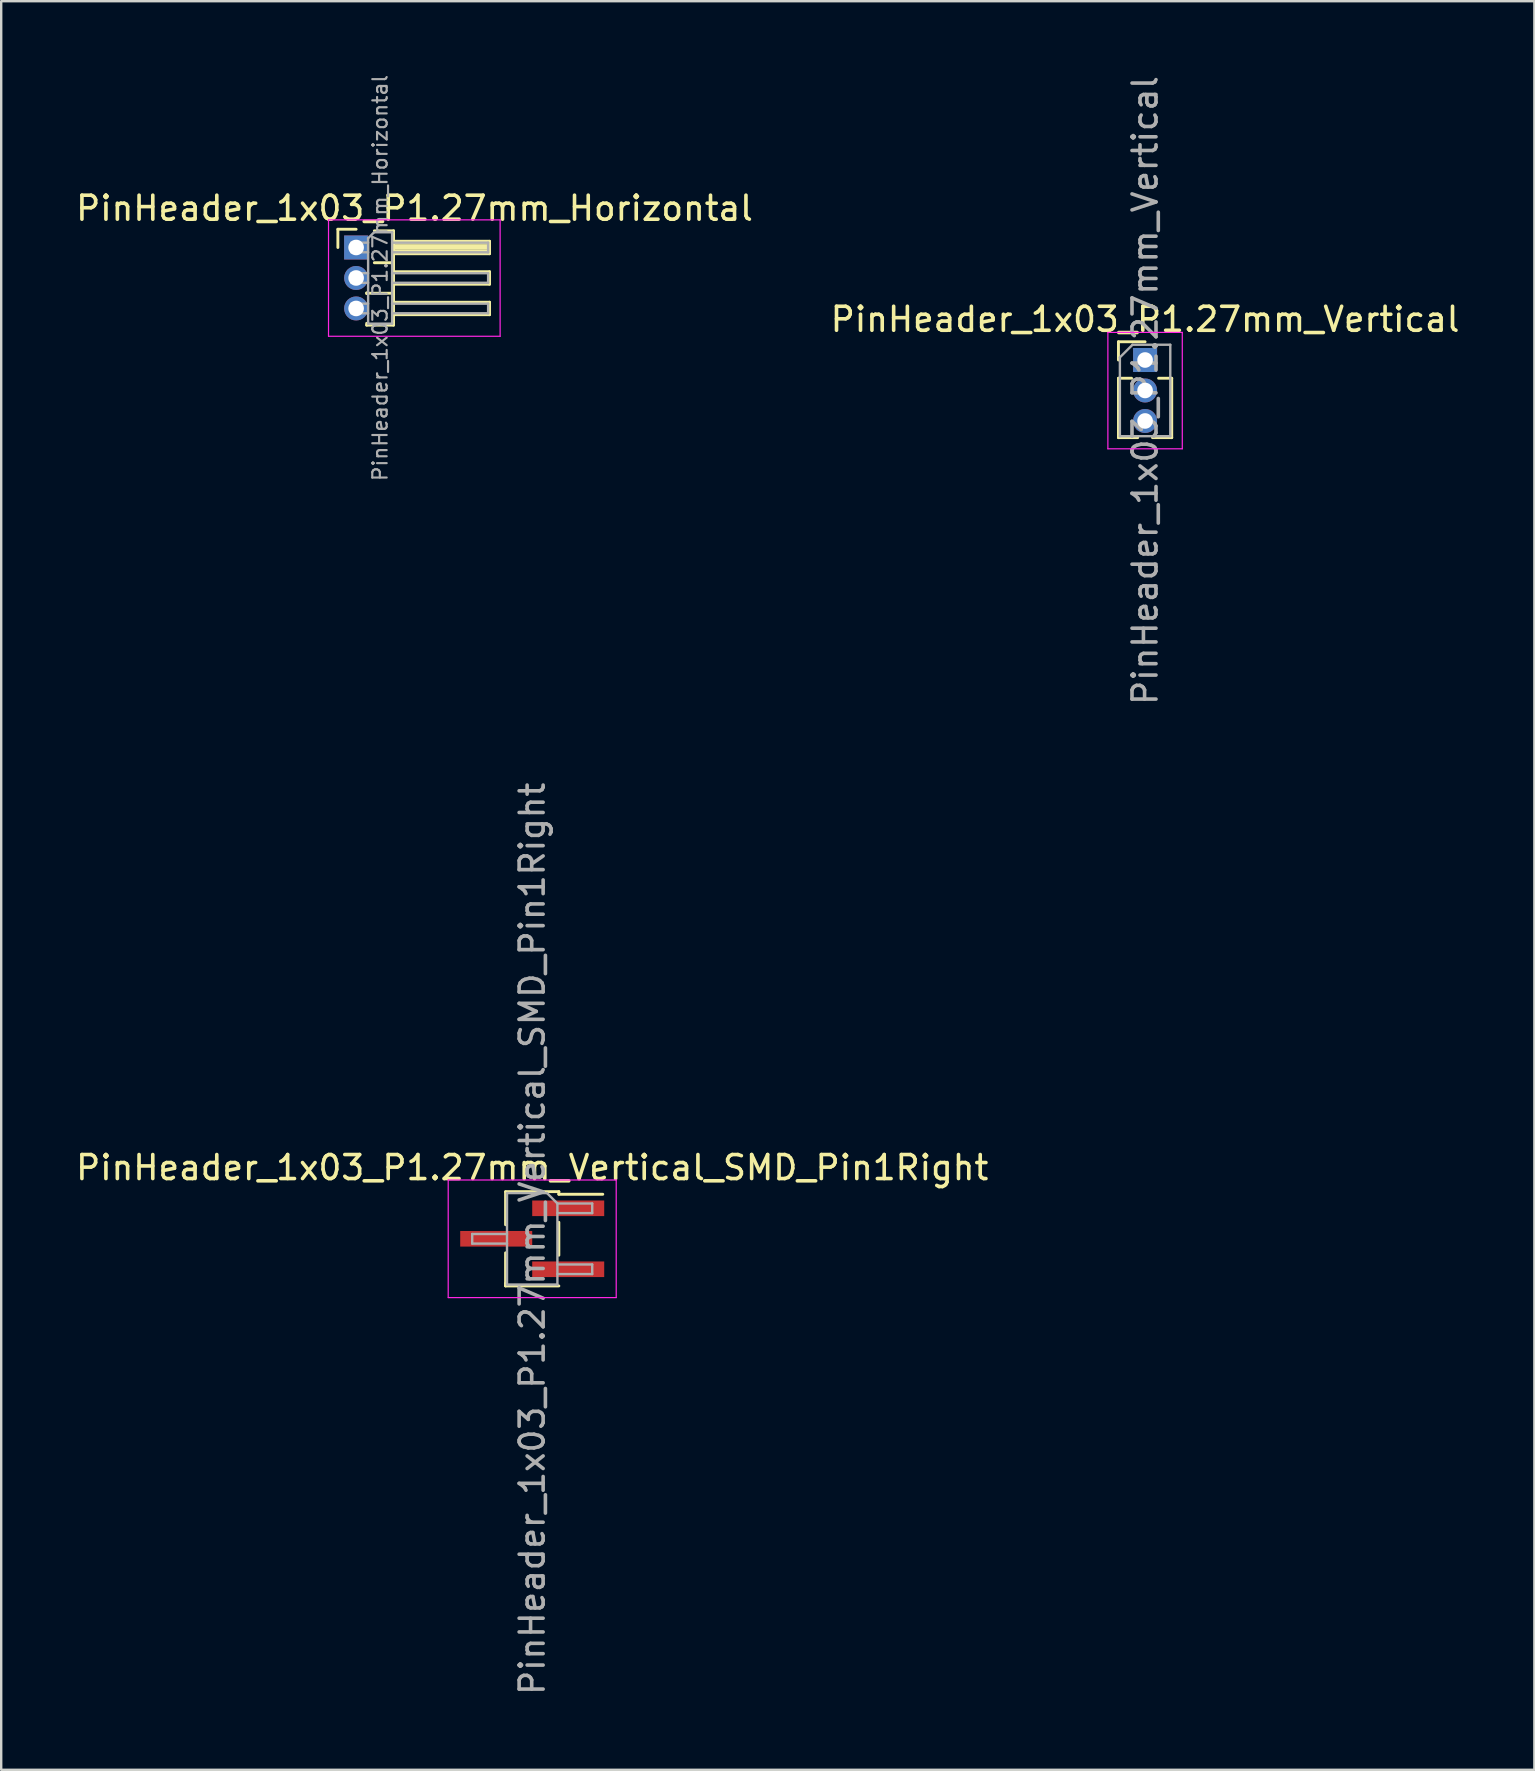
<source format=kicad_pcb>
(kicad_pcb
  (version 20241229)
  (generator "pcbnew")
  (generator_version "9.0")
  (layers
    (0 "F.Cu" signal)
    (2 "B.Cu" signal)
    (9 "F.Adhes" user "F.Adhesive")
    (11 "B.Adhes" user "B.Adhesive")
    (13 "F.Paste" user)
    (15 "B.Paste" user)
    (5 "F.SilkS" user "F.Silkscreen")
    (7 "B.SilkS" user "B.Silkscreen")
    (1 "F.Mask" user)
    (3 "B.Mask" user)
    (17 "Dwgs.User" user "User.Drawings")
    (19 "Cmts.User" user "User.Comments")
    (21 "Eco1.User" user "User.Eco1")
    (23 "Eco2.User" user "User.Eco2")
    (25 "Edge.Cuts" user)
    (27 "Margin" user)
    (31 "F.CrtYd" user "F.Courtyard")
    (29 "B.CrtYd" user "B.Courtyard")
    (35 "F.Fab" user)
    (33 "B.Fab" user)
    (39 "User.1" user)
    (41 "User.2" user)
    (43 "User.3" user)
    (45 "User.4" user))
  (footprint "PinHeader_1x03_P1.27mm_Vertical_SMD_Pin1Right"
    (layer "F.Cu")
    (at 19.125 48.565)
    (property "Reference" "PinHeader_1x03_P1.27mm_Vertical_SMD_Pin1Right" (at 0 -2.965 0) (layer "F.SilkS") (effects (font (size 1 1) (thickness 0.15))))
    (attr smd)
    (fp_line (start -1.11 -1.965) (end 1.11 -1.965) (stroke (width 0.12) (type solid)) (layer "F.SilkS"))
    (fp_line (start -1.11 -1.955) (end -1.11 -0.585) (stroke (width 0.12) (type solid)) (layer "F.SilkS"))
    (fp_line (start -1.11 0.585) (end -1.11 1.955) (stroke (width 0.12) (type solid)) (layer "F.SilkS"))
    (fp_line (start -1.11 1.855) (end -1.11 1.965) (stroke (width 0.12) (type solid)) (layer "F.SilkS"))
    (fp_line (start -1.11 1.965) (end 1.11 1.965) (stroke (width 0.12) (type solid)) (layer "F.SilkS"))
    (fp_line (start 1.11 -1.965) (end 1.11 -1.855) (stroke (width 0.12) (type solid)) (layer "F.SilkS"))
    (fp_line (start 1.11 -1.855) (end 2.94 -1.855) (stroke (width 0.12) (type solid)) (layer "F.SilkS"))
    (fp_line (start 1.11 -0.685) (end 1.11 0.685) (stroke (width 0.12) (type solid)) (layer "F.SilkS"))
    (fp_line (start -3.5 -2.45) (end -3.5 2.45) (stroke (width 0.05) (type solid)) (layer "F.CrtYd"))
    (fp_line (start -3.5 2.45) (end 3.5 2.45) (stroke (width 0.05) (type solid)) (layer "F.CrtYd"))
    (fp_line (start 3.5 -2.45) (end -3.5 -2.45) (stroke (width 0.05) (type solid)) (layer "F.CrtYd"))
    (fp_line (start 3.5 2.45) (end 3.5 -2.45) (stroke (width 0.05) (type solid)) (layer "F.CrtYd"))
    (fp_line (start -2.5 -0.2) (end -2.5 0.2) (stroke (width 0.1) (type solid)) (layer "F.Fab"))
    (fp_line (start -2.5 0.2) (end -1.05 0.2) (stroke (width 0.1) (type solid)) (layer "F.Fab"))
    (fp_line (start -1.05 -1.905) (end -1.05 1.905) (stroke (width 0.1) (type solid)) (layer "F.Fab"))
    (fp_line (start -1.05 -1.905) (end 0.615 -1.905) (stroke (width 0.1) (type solid)) (layer "F.Fab"))
    (fp_line (start -1.05 -0.2) (end -2.5 -0.2) (stroke (width 0.1) (type solid)) (layer "F.Fab"))
    (fp_line (start 1.05 -1.47) (end 0.615 -1.905) (stroke (width 0.1) (type solid)) (layer "F.Fab"))
    (fp_line (start 1.05 -1.47) (end 2.5 -1.47) (stroke (width 0.1) (type solid)) (layer "F.Fab"))
    (fp_line (start 1.05 1.07) (end 2.5 1.07) (stroke (width 0.1) (type solid)) (layer "F.Fab"))
    (fp_line (start 1.05 1.905) (end -1.05 1.905) (stroke (width 0.1) (type solid)) (layer "F.Fab"))
    (fp_line (start 1.05 1.905) (end 1.05 -1.47) (stroke (width 0.1) (type solid)) (layer "F.Fab"))
    (fp_line (start 2.5 -1.47) (end 2.5 -1.07) (stroke (width 0.1) (type solid)) (layer "F.Fab"))
    (fp_line (start 2.5 -1.07) (end 1.05 -1.07) (stroke (width 0.1) (type solid)) (layer "F.Fab"))
    (fp_line (start 2.5 1.07) (end 2.5 1.47) (stroke (width 0.1) (type solid)) (layer "F.Fab"))
    (fp_line (start 2.5 1.47) (end 1.05 1.47) (stroke (width 0.1) (type solid)) (layer "F.Fab"))
    (fp_text user "${REFERENCE}" (at 0 0 90) (layer "F.Fab") (effects (font (size 1 1) (thickness 0.15))))
    (pad "1" smd rect (at 1.5 -1.27) (size 3 0.65) (layers "F.Cu" "F.Mask" "F.Paste"))
    (pad "2" smd rect (at -1.5 0) (size 3 0.65) (layers "F.Cu" "F.Mask" "F.Paste"))
    (pad "3" smd rect (at 1.5 1.27) (size 3 0.65) (layers "F.Cu" "F.Mask" "F.Paste")))
  (footprint "PinHeader_1x03_P1.27mm_Horizontal"
    (layer "F.Cu")
    (at 11.788 7.262)
    (property "Reference" "PinHeader_1x03_P1.27mm_Horizontal" (at 2.433 -1.635 0) (layer "F.SilkS") (effects (font (size 1 1) (thickness 0.15))))
    (attr through_hole)
    (fp_line (start -0.76 -0.76) (end 0 -0.76) (stroke (width 0.12) (type solid)) (layer "F.SilkS"))
    (fp_line (start -0.76 0) (end -0.76 -0.76) (stroke (width 0.12) (type solid)) (layer "F.SilkS"))
    (fp_line (start 0.44 1.89) (end 0.44 1.92) (stroke (width 0.12) (type solid)) (layer "F.SilkS"))
    (fp_line (start 0.44 1.905) (end 1.56 1.905) (stroke (width 0.12) (type solid)) (layer "F.SilkS"))
    (fp_line (start 0.44 3.235) (end 0.44 3.16) (stroke (width 0.12) (type solid)) (layer "F.SilkS"))
    (fp_line (start 0.76 -0.695) (end 1.56 -0.695) (stroke (width 0.12) (type solid)) (layer "F.SilkS"))
    (fp_line (start 0.76 0.635) (end 1.56 0.635) (stroke (width 0.12) (type solid)) (layer "F.SilkS"))
    (fp_line (start 1.56 -0.695) (end 1.56 3.235) (stroke (width 0.12) (type solid)) (layer "F.SilkS"))
    (fp_line (start 1.56 -0.26) (end 5.56 -0.26) (stroke (width 0.12) (type solid)) (layer "F.SilkS"))
    (fp_line (start 1.56 -0.2) (end 5.56 -0.2) (stroke (width 0.12) (type solid)) (layer "F.SilkS"))
    (fp_line (start 1.56 -0.08) (end 5.56 -0.08) (stroke (width 0.12) (type solid)) (layer "F.SilkS"))
    (fp_line (start 1.56 0.04) (end 5.56 0.04) (stroke (width 0.12) (type solid)) (layer "F.SilkS"))
    (fp_line (start 1.56 0.16) (end 5.56 0.16) (stroke (width 0.12) (type solid)) (layer "F.SilkS"))
    (fp_line (start 1.56 1.01) (end 5.56 1.01) (stroke (width 0.12) (type solid)) (layer "F.SilkS"))
    (fp_line (start 1.56 2.28) (end 5.56 2.28) (stroke (width 0.12) (type solid)) (layer "F.SilkS"))
    (fp_line (start 1.56 3.235) (end 0.44 3.235) (stroke (width 0.12) (type solid)) (layer "F.SilkS"))
    (fp_line (start 5.56 -0.26) (end 5.56 0.26) (stroke (width 0.12) (type solid)) (layer "F.SilkS"))
    (fp_line (start 5.56 0.26) (end 1.56 0.26) (stroke (width 0.12) (type solid)) (layer "F.SilkS"))
    (fp_line (start 5.56 1.01) (end 5.56 1.53) (stroke (width 0.12) (type solid)) (layer "F.SilkS"))
    (fp_line (start 5.56 1.53) (end 1.56 1.53) (stroke (width 0.12) (type solid)) (layer "F.SilkS"))
    (fp_line (start 5.56 2.28) (end 5.56 2.8) (stroke (width 0.12) (type solid)) (layer "F.SilkS"))
    (fp_line (start 5.56 2.8) (end 1.56 2.8) (stroke (width 0.12) (type solid)) (layer "F.SilkS"))
    (fp_line (start -1.15 -1.15) (end -1.15 3.7) (stroke (width 0.05) (type solid)) (layer "F.CrtYd"))
    (fp_line (start -1.15 3.7) (end 6 3.7) (stroke (width 0.05) (type solid)) (layer "F.CrtYd"))
    (fp_line (start 6 -1.15) (end -1.15 -1.15) (stroke (width 0.05) (type solid)) (layer "F.CrtYd"))
    (fp_line (start 6 3.7) (end 6 -1.15) (stroke (width 0.05) (type solid)) (layer "F.CrtYd"))
    (fp_line (start -0.2 -0.2) (end -0.2 0.2) (stroke (width 0.1) (type solid)) (layer "F.Fab"))
    (fp_line (start -0.2 -0.2) (end 0.5 -0.2) (stroke (width 0.1) (type solid)) (layer "F.Fab"))
    (fp_line (start -0.2 0.2) (end 0.5 0.2) (stroke (width 0.1) (type solid)) (layer "F.Fab"))
    (fp_line (start -0.2 1.07) (end -0.2 1.47) (stroke (width 0.1) (type solid)) (layer "F.Fab"))
    (fp_line (start -0.2 1.07) (end 0.5 1.07) (stroke (width 0.1) (type solid)) (layer "F.Fab"))
    (fp_line (start -0.2 1.47) (end 0.5 1.47) (stroke (width 0.1) (type solid)) (layer "F.Fab"))
    (fp_line (start -0.2 2.34) (end -0.2 2.74) (stroke (width 0.1) (type solid)) (layer "F.Fab"))
    (fp_line (start -0.2 2.34) (end 0.5 2.34) (stroke (width 0.1) (type solid)) (layer "F.Fab"))
    (fp_line (start -0.2 2.74) (end 0.5 2.74) (stroke (width 0.1) (type solid)) (layer "F.Fab"))
    (fp_line (start 0.5 -0.385) (end 0.75 -0.635) (stroke (width 0.1) (type solid)) (layer "F.Fab"))
    (fp_line (start 0.5 3.175) (end 0.5 -0.385) (stroke (width 0.1) (type solid)) (layer "F.Fab"))
    (fp_line (start 0.75 -0.635) (end 1.5 -0.635) (stroke (width 0.1) (type solid)) (layer "F.Fab"))
    (fp_line (start 1.5 -0.635) (end 1.5 3.175) (stroke (width 0.1) (type solid)) (layer "F.Fab"))
    (fp_line (start 1.5 -0.2) (end 5.5 -0.2) (stroke (width 0.1) (type solid)) (layer "F.Fab"))
    (fp_line (start 1.5 0.2) (end 5.5 0.2) (stroke (width 0.1) (type solid)) (layer "F.Fab"))
    (fp_line (start 1.5 1.07) (end 5.5 1.07) (stroke (width 0.1) (type solid)) (layer "F.Fab"))
    (fp_line (start 1.5 1.47) (end 5.5 1.47) (stroke (width 0.1) (type solid)) (layer "F.Fab"))
    (fp_line (start 1.5 2.34) (end 5.5 2.34) (stroke (width 0.1) (type solid)) (layer "F.Fab"))
    (fp_line (start 1.5 2.74) (end 5.5 2.74) (stroke (width 0.1) (type solid)) (layer "F.Fab"))
    (fp_line (start 1.5 3.175) (end 0.5 3.175) (stroke (width 0.1) (type solid)) (layer "F.Fab"))
    (fp_line (start 5.5 -0.2) (end 5.5 0.2) (stroke (width 0.1) (type solid)) (layer "F.Fab"))
    (fp_line (start 5.5 1.07) (end 5.5 1.47) (stroke (width 0.1) (type solid)) (layer "F.Fab"))
    (fp_line (start 5.5 2.34) (end 5.5 2.74) (stroke (width 0.1) (type solid)) (layer "F.Fab"))
    (fp_text user "${REFERENCE}" (at 1 1.27 90) (layer "F.Fab") (effects (font (size 0.6 0.6) (thickness 0.09))))
    (pad "1" thru_hole rect (at 0 0) (size 1 1) (drill 0.65) (layers "*.Cu" "*.Mask"))
    (pad "2" thru_hole oval (at 0 1.27) (size 1 1) (drill 0.65) (layers "*.Cu" "*.Mask"))
    (pad "3" thru_hole oval (at 0 2.54) (size 1 1) (drill 0.65) (layers "*.Cu" "*.Mask")))
  (footprint "PinHeader_1x03_P1.27mm_Vertical"
    (layer "F.Cu")
    (at 44.661 11.95)
    (property "Reference" "PinHeader_1x03_P1.27mm_Vertical" (at 0 -1.695 0) (layer "F.SilkS") (effects (font (size 1 1) (thickness 0.15))))
    (attr through_hole)
    (fp_line (start -1.11 -0.76) (end 0 -0.76) (stroke (width 0.12) (type solid)) (layer "F.SilkS"))
    (fp_line (start -1.11 0) (end -1.11 -0.76) (stroke (width 0.12) (type solid)) (layer "F.SilkS"))
    (fp_line (start -1.11 0.76) (end -1.11 3.235) (stroke (width 0.12) (type solid)) (layer "F.SilkS"))
    (fp_line (start -1.11 0.76) (end -0.563 0.76) (stroke (width 0.12) (type solid)) (layer "F.SilkS"))
    (fp_line (start -1.11 3.235) (end -0.308 3.235) (stroke (width 0.12) (type solid)) (layer "F.SilkS"))
    (fp_line (start 0.308 3.235) (end 1.11 3.235) (stroke (width 0.12) (type solid)) (layer "F.SilkS"))
    (fp_line (start 0.563 0.76) (end 1.11 0.76) (stroke (width 0.12) (type solid)) (layer "F.SilkS"))
    (fp_line (start 1.11 0.76) (end 1.11 3.235) (stroke (width 0.12) (type solid)) (layer "F.SilkS"))
    (fp_line (start -1.55 -1.15) (end -1.55 3.7) (stroke (width 0.05) (type solid)) (layer "F.CrtYd"))
    (fp_line (start -1.55 3.7) (end 1.55 3.7) (stroke (width 0.05) (type solid)) (layer "F.CrtYd"))
    (fp_line (start 1.55 -1.15) (end -1.55 -1.15) (stroke (width 0.05) (type solid)) (layer "F.CrtYd"))
    (fp_line (start 1.55 3.7) (end 1.55 -1.15) (stroke (width 0.05) (type solid)) (layer "F.CrtYd"))
    (fp_line (start -1.05 -0.11) (end -0.525 -0.635) (stroke (width 0.1) (type solid)) (layer "F.Fab"))
    (fp_line (start -1.05 3.175) (end -1.05 -0.11) (stroke (width 0.1) (type solid)) (layer "F.Fab"))
    (fp_line (start -0.525 -0.635) (end 1.05 -0.635) (stroke (width 0.1) (type solid)) (layer "F.Fab"))
    (fp_line (start 1.05 -0.635) (end 1.05 3.175) (stroke (width 0.1) (type solid)) (layer "F.Fab"))
    (fp_line (start 1.05 3.175) (end -1.05 3.175) (stroke (width 0.1) (type solid)) (layer "F.Fab"))
    (fp_text user "${REFERENCE}" (at 0 1.27 90) (layer "F.Fab") (effects (font (size 1 1) (thickness 0.15))))
    (pad "1" thru_hole rect (at 0 0) (size 1 1) (drill 0.65) (layers "*.Cu" "*.Mask"))
    (pad "2" thru_hole oval (at 0 1.27) (size 1 1) (drill 0.65) (layers "*.Cu" "*.Mask"))
    (pad "3" thru_hole oval (at 0 2.54) (size 1 1) (drill 0.65) (layers "*.Cu" "*.Mask")))
  (gr_rect
    (start -3 -3)
    (end 60.881 70.69)
    (stroke (width 0.1) (type default))
    (fill no)
    (layer "Edge.Cuts")))
</source>
